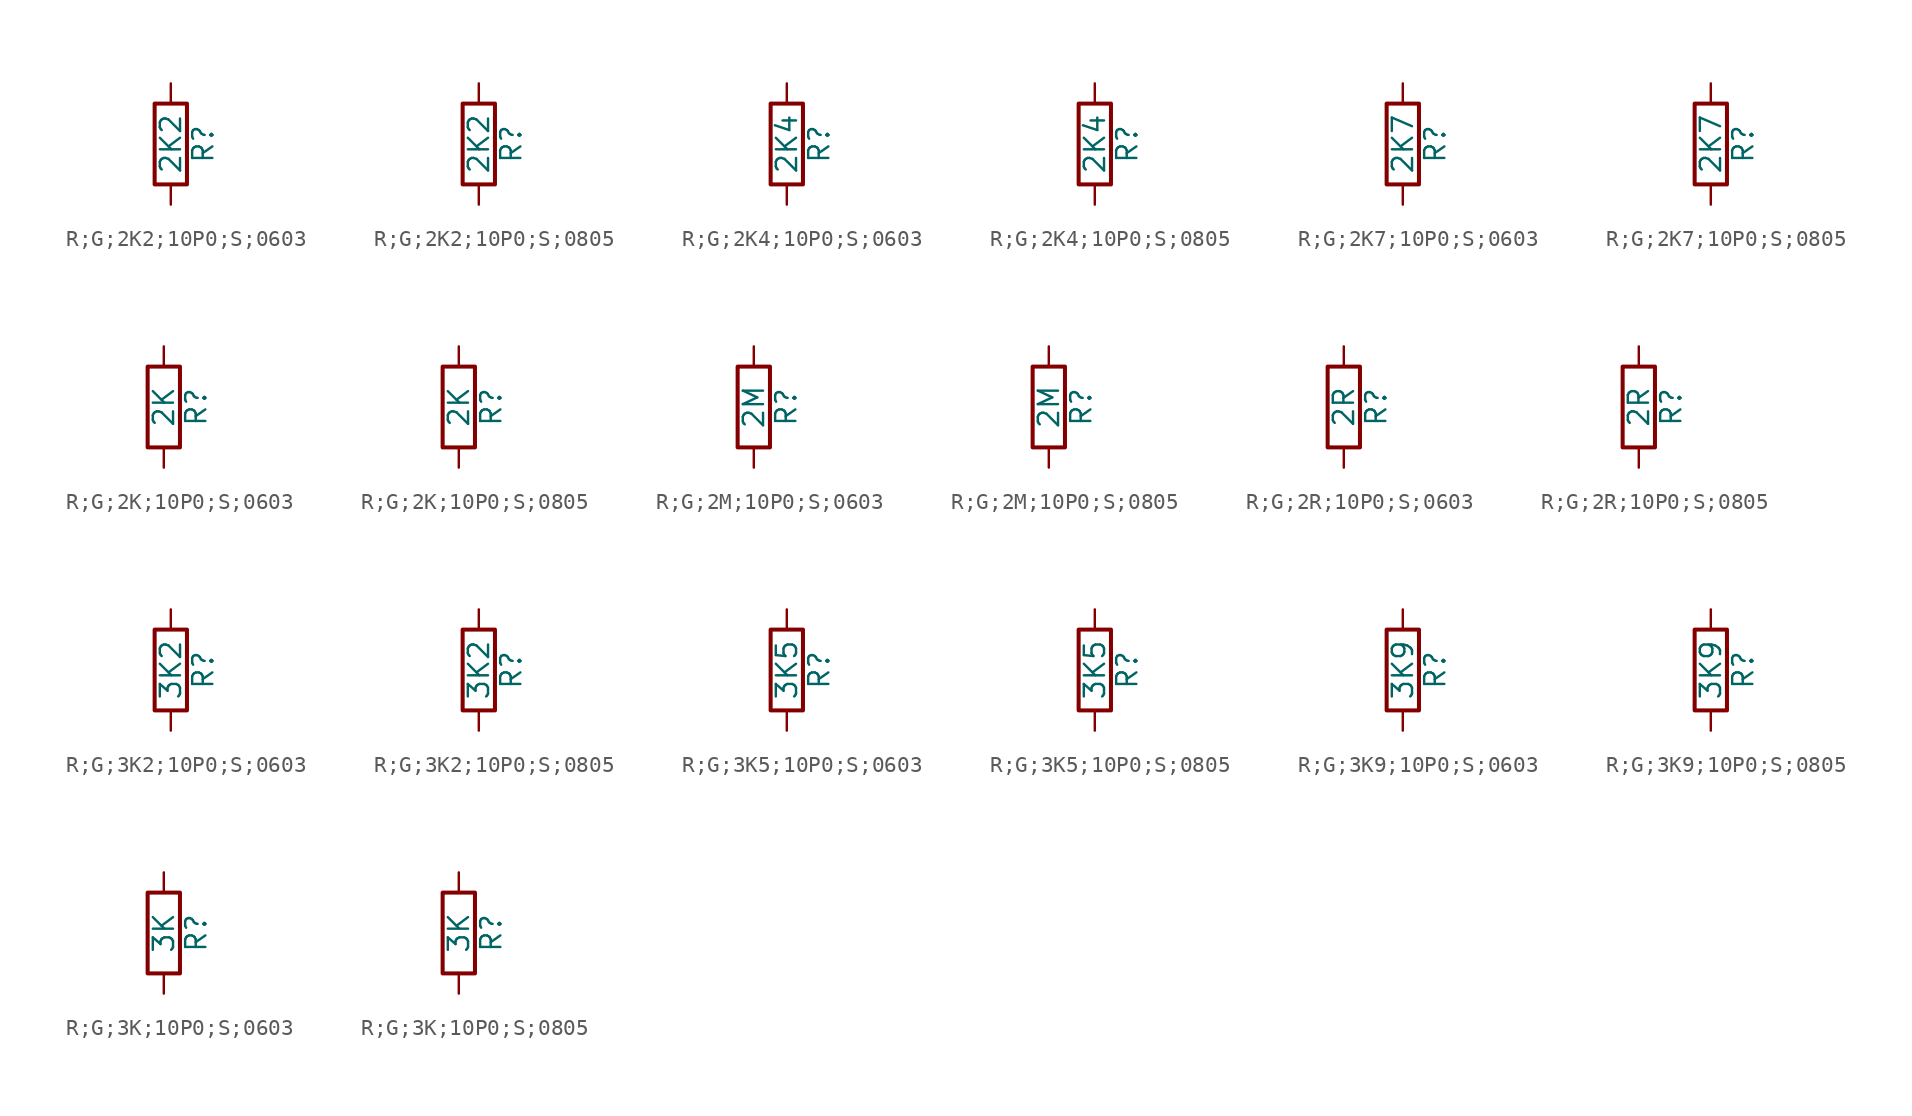
<source format=kicad_sym>
(kicad_symbol_lib
  (version 20231120)
  (generator "kicad_symbol_editor")
  (generator_version "8.0")
  (symbol "R;G;2K2;10P0;S;0603"
    (pin_numbers hide)
    (pin_names
      (offset 0))
    (property "Reference" "R"
      (at 2.032 0 90)
      (effects (font (size 1.27 1.27))))
    (property "Value" "2K2"
      (at 0 0 90)
      (effects (font (size 1.27 1.27))))
    (symbol "R;G;2K2;10P0;S;0603_0_1"
      (rectangle (start -1.016 -2.54) (end 1.016 2.54) (stroke (width 0.254) (type default)) (fill (type none))))
    (symbol "R;G;2K2;10P0;S;0603_1_1"
      (pin passive line (at 0 3.81 270) (length 1.27) (name "~" (effects (font (size 1.27 1.27)))) (number "1" (effects (font (size 1.27 1.27)))))
      (pin passive line (at 0 -3.81 90) (length 1.27) (name "~" (effects (font (size 1.27 1.27)))) (number "2" (effects (font (size 1.27 1.27)))))))
  (symbol "R;G;2K2;10P0;S;0805"
    (pin_numbers hide)
    (pin_names
      (offset 0))
    (property "Reference" "R"
      (at 2.032 0 90)
      (effects (font (size 1.27 1.27))))
    (property "Value" "2K2"
      (at 0 0 90)
      (effects (font (size 1.27 1.27))))
    (symbol "R;G;2K2;10P0;S;0805_0_1"
      (rectangle (start -1.016 -2.54) (end 1.016 2.54) (stroke (width 0.254) (type default)) (fill (type none))))
    (symbol "R;G;2K2;10P0;S;0805_1_1"
      (pin passive line (at 0 3.81 270) (length 1.27) (name "~" (effects (font (size 1.27 1.27)))) (number "1" (effects (font (size 1.27 1.27)))))
      (pin passive line (at 0 -3.81 90) (length 1.27) (name "~" (effects (font (size 1.27 1.27)))) (number "2" (effects (font (size 1.27 1.27)))))))
  (symbol "R;G;2K4;10P0;S;0603"
    (pin_numbers hide)
    (pin_names
      (offset 0))
    (property "Reference" "R"
      (at 2.032 0 90)
      (effects (font (size 1.27 1.27))))
    (property "Value" "2K4"
      (at 0 0 90)
      (effects (font (size 1.27 1.27))))
    (symbol "R;G;2K4;10P0;S;0603_0_1"
      (rectangle (start -1.016 -2.54) (end 1.016 2.54) (stroke (width 0.254) (type default)) (fill (type none))))
    (symbol "R;G;2K4;10P0;S;0603_1_1"
      (pin passive line (at 0 3.81 270) (length 1.27) (name "~" (effects (font (size 1.27 1.27)))) (number "1" (effects (font (size 1.27 1.27)))))
      (pin passive line (at 0 -3.81 90) (length 1.27) (name "~" (effects (font (size 1.27 1.27)))) (number "2" (effects (font (size 1.27 1.27)))))))
  (symbol "R;G;2K4;10P0;S;0805"
    (pin_numbers hide)
    (pin_names
      (offset 0))
    (property "Reference" "R"
      (at 2.032 0 90)
      (effects (font (size 1.27 1.27))))
    (property "Value" "2K4"
      (at 0 0 90)
      (effects (font (size 1.27 1.27))))
    (symbol "R;G;2K4;10P0;S;0805_0_1"
      (rectangle (start -1.016 -2.54) (end 1.016 2.54) (stroke (width 0.254) (type default)) (fill (type none))))
    (symbol "R;G;2K4;10P0;S;0805_1_1"
      (pin passive line (at 0 3.81 270) (length 1.27) (name "~" (effects (font (size 1.27 1.27)))) (number "1" (effects (font (size 1.27 1.27)))))
      (pin passive line (at 0 -3.81 90) (length 1.27) (name "~" (effects (font (size 1.27 1.27)))) (number "2" (effects (font (size 1.27 1.27)))))))
  (symbol "R;G;2K7;10P0;S;0603"
    (pin_numbers hide)
    (pin_names
      (offset 0))
    (property "Reference" "R"
      (at 2.032 0 90)
      (effects (font (size 1.27 1.27))))
    (property "Value" "2K7"
      (at 0 0 90)
      (effects (font (size 1.27 1.27))))
    (symbol "R;G;2K7;10P0;S;0603_0_1"
      (rectangle (start -1.016 -2.54) (end 1.016 2.54) (stroke (width 0.254) (type default)) (fill (type none))))
    (symbol "R;G;2K7;10P0;S;0603_1_1"
      (pin passive line (at 0 3.81 270) (length 1.27) (name "~" (effects (font (size 1.27 1.27)))) (number "1" (effects (font (size 1.27 1.27)))))
      (pin passive line (at 0 -3.81 90) (length 1.27) (name "~" (effects (font (size 1.27 1.27)))) (number "2" (effects (font (size 1.27 1.27)))))))
  (symbol "R;G;2K7;10P0;S;0805"
    (pin_numbers hide)
    (pin_names
      (offset 0))
    (property "Reference" "R"
      (at 2.032 0 90)
      (effects (font (size 1.27 1.27))))
    (property "Value" "2K7"
      (at 0 0 90)
      (effects (font (size 1.27 1.27))))
    (symbol "R;G;2K7;10P0;S;0805_0_1"
      (rectangle (start -1.016 -2.54) (end 1.016 2.54) (stroke (width 0.254) (type default)) (fill (type none))))
    (symbol "R;G;2K7;10P0;S;0805_1_1"
      (pin passive line (at 0 3.81 270) (length 1.27) (name "~" (effects (font (size 1.27 1.27)))) (number "1" (effects (font (size 1.27 1.27)))))
      (pin passive line (at 0 -3.81 90) (length 1.27) (name "~" (effects (font (size 1.27 1.27)))) (number "2" (effects (font (size 1.27 1.27)))))))
  (symbol "R;G;2K;10P0;S;0603"
    (pin_numbers hide)
    (pin_names
      (offset 0))
    (property "Reference" "R"
      (at 2.032 0 90)
      (effects (font (size 1.27 1.27))))
    (property "Value" "2K"
      (at 0 0 90)
      (effects (font (size 1.27 1.27))))
    (symbol "R;G;2K;10P0;S;0603_0_1"
      (rectangle (start -1.016 -2.54) (end 1.016 2.54) (stroke (width 0.254) (type default)) (fill (type none))))
    (symbol "R;G;2K;10P0;S;0603_1_1"
      (pin passive line (at 0 3.81 270) (length 1.27) (name "~" (effects (font (size 1.27 1.27)))) (number "1" (effects (font (size 1.27 1.27)))))
      (pin passive line (at 0 -3.81 90) (length 1.27) (name "~" (effects (font (size 1.27 1.27)))) (number "2" (effects (font (size 1.27 1.27)))))))
  (symbol "R;G;2K;10P0;S;0805"
    (pin_numbers hide)
    (pin_names
      (offset 0))
    (property "Reference" "R"
      (at 2.032 0 90)
      (effects (font (size 1.27 1.27))))
    (property "Value" "2K"
      (at 0 0 90)
      (effects (font (size 1.27 1.27))))
    (symbol "R;G;2K;10P0;S;0805_0_1"
      (rectangle (start -1.016 -2.54) (end 1.016 2.54) (stroke (width 0.254) (type default)) (fill (type none))))
    (symbol "R;G;2K;10P0;S;0805_1_1"
      (pin passive line (at 0 3.81 270) (length 1.27) (name "~" (effects (font (size 1.27 1.27)))) (number "1" (effects (font (size 1.27 1.27)))))
      (pin passive line (at 0 -3.81 90) (length 1.27) (name "~" (effects (font (size 1.27 1.27)))) (number "2" (effects (font (size 1.27 1.27)))))))
  (symbol "R;G;2M;10P0;S;0603"
    (pin_numbers hide)
    (pin_names
      (offset 0))
    (property "Reference" "R"
      (at 2.032 0 90)
      (effects (font (size 1.27 1.27))))
    (property "Value" "2M"
      (at 0 0 90)
      (effects (font (size 1.27 1.27))))
    (symbol "R;G;2M;10P0;S;0603_0_1"
      (rectangle (start -1.016 -2.54) (end 1.016 2.54) (stroke (width 0.254) (type default)) (fill (type none))))
    (symbol "R;G;2M;10P0;S;0603_1_1"
      (pin passive line (at 0 3.81 270) (length 1.27) (name "~" (effects (font (size 1.27 1.27)))) (number "1" (effects (font (size 1.27 1.27)))))
      (pin passive line (at 0 -3.81 90) (length 1.27) (name "~" (effects (font (size 1.27 1.27)))) (number "2" (effects (font (size 1.27 1.27)))))))
  (symbol "R;G;2M;10P0;S;0805"
    (pin_numbers hide)
    (pin_names
      (offset 0))
    (property "Reference" "R"
      (at 2.032 0 90)
      (effects (font (size 1.27 1.27))))
    (property "Value" "2M"
      (at 0 0 90)
      (effects (font (size 1.27 1.27))))
    (symbol "R;G;2M;10P0;S;0805_0_1"
      (rectangle (start -1.016 -2.54) (end 1.016 2.54) (stroke (width 0.254) (type default)) (fill (type none))))
    (symbol "R;G;2M;10P0;S;0805_1_1"
      (pin passive line (at 0 3.81 270) (length 1.27) (name "~" (effects (font (size 1.27 1.27)))) (number "1" (effects (font (size 1.27 1.27)))))
      (pin passive line (at 0 -3.81 90) (length 1.27) (name "~" (effects (font (size 1.27 1.27)))) (number "2" (effects (font (size 1.27 1.27)))))))
  (symbol "R;G;2R;10P0;S;0603"
    (pin_numbers hide)
    (pin_names
      (offset 0))
    (property "Reference" "R"
      (at 2.032 0 90)
      (effects (font (size 1.27 1.27))))
    (property "Value" "2R"
      (at 0 0 90)
      (effects (font (size 1.27 1.27))))
    (symbol "R;G;2R;10P0;S;0603_0_1"
      (rectangle (start -1.016 -2.54) (end 1.016 2.54) (stroke (width 0.254) (type default)) (fill (type none))))
    (symbol "R;G;2R;10P0;S;0603_1_1"
      (pin passive line (at 0 3.81 270) (length 1.27) (name "~" (effects (font (size 1.27 1.27)))) (number "1" (effects (font (size 1.27 1.27)))))
      (pin passive line (at 0 -3.81 90) (length 1.27) (name "~" (effects (font (size 1.27 1.27)))) (number "2" (effects (font (size 1.27 1.27)))))))
  (symbol "R;G;2R;10P0;S;0805"
    (pin_numbers hide)
    (pin_names
      (offset 0))
    (property "Reference" "R"
      (at 2.032 0 90)
      (effects (font (size 1.27 1.27))))
    (property "Value" "2R"
      (at 0 0 90)
      (effects (font (size 1.27 1.27))))
    (symbol "R;G;2R;10P0;S;0805_0_1"
      (rectangle (start -1.016 -2.54) (end 1.016 2.54) (stroke (width 0.254) (type default)) (fill (type none))))
    (symbol "R;G;2R;10P0;S;0805_1_1"
      (pin passive line (at 0 3.81 270) (length 1.27) (name "~" (effects (font (size 1.27 1.27)))) (number "1" (effects (font (size 1.27 1.27)))))
      (pin passive line (at 0 -3.81 90) (length 1.27) (name "~" (effects (font (size 1.27 1.27)))) (number "2" (effects (font (size 1.27 1.27)))))))
  (symbol "R;G;3K2;10P0;S;0603"
    (pin_numbers hide)
    (pin_names
      (offset 0))
    (property "Reference" "R"
      (at 2.032 0 90)
      (effects (font (size 1.27 1.27))))
    (property "Value" "3K2"
      (at 0 0 90)
      (effects (font (size 1.27 1.27))))
    (symbol "R;G;3K2;10P0;S;0603_0_1"
      (rectangle (start -1.016 -2.54) (end 1.016 2.54) (stroke (width 0.254) (type default)) (fill (type none))))
    (symbol "R;G;3K2;10P0;S;0603_1_1"
      (pin passive line (at 0 3.81 270) (length 1.27) (name "~" (effects (font (size 1.27 1.27)))) (number "1" (effects (font (size 1.27 1.27)))))
      (pin passive line (at 0 -3.81 90) (length 1.27) (name "~" (effects (font (size 1.27 1.27)))) (number "2" (effects (font (size 1.27 1.27)))))))
  (symbol "R;G;3K2;10P0;S;0805"
    (pin_numbers hide)
    (pin_names
      (offset 0))
    (property "Reference" "R"
      (at 2.032 0 90)
      (effects (font (size 1.27 1.27))))
    (property "Value" "3K2"
      (at 0 0 90)
      (effects (font (size 1.27 1.27))))
    (symbol "R;G;3K2;10P0;S;0805_0_1"
      (rectangle (start -1.016 -2.54) (end 1.016 2.54) (stroke (width 0.254) (type default)) (fill (type none))))
    (symbol "R;G;3K2;10P0;S;0805_1_1"
      (pin passive line (at 0 3.81 270) (length 1.27) (name "~" (effects (font (size 1.27 1.27)))) (number "1" (effects (font (size 1.27 1.27)))))
      (pin passive line (at 0 -3.81 90) (length 1.27) (name "~" (effects (font (size 1.27 1.27)))) (number "2" (effects (font (size 1.27 1.27)))))))
  (symbol "R;G;3K5;10P0;S;0603"
    (pin_numbers hide)
    (pin_names
      (offset 0))
    (property "Reference" "R"
      (at 2.032 0 90)
      (effects (font (size 1.27 1.27))))
    (property "Value" "3K5"
      (at 0 0 90)
      (effects (font (size 1.27 1.27))))
    (symbol "R;G;3K5;10P0;S;0603_0_1"
      (rectangle (start -1.016 -2.54) (end 1.016 2.54) (stroke (width 0.254) (type default)) (fill (type none))))
    (symbol "R;G;3K5;10P0;S;0603_1_1"
      (pin passive line (at 0 3.81 270) (length 1.27) (name "~" (effects (font (size 1.27 1.27)))) (number "1" (effects (font (size 1.27 1.27)))))
      (pin passive line (at 0 -3.81 90) (length 1.27) (name "~" (effects (font (size 1.27 1.27)))) (number "2" (effects (font (size 1.27 1.27)))))))
  (symbol "R;G;3K5;10P0;S;0805"
    (pin_numbers hide)
    (pin_names
      (offset 0))
    (property "Reference" "R"
      (at 2.032 0 90)
      (effects (font (size 1.27 1.27))))
    (property "Value" "3K5"
      (at 0 0 90)
      (effects (font (size 1.27 1.27))))
    (symbol "R;G;3K5;10P0;S;0805_0_1"
      (rectangle (start -1.016 -2.54) (end 1.016 2.54) (stroke (width 0.254) (type default)) (fill (type none))))
    (symbol "R;G;3K5;10P0;S;0805_1_1"
      (pin passive line (at 0 3.81 270) (length 1.27) (name "~" (effects (font (size 1.27 1.27)))) (number "1" (effects (font (size 1.27 1.27)))))
      (pin passive line (at 0 -3.81 90) (length 1.27) (name "~" (effects (font (size 1.27 1.27)))) (number "2" (effects (font (size 1.27 1.27)))))))
  (symbol "R;G;3K9;10P0;S;0603"
    (pin_numbers hide)
    (pin_names
      (offset 0))
    (property "Reference" "R"
      (at 2.032 0 90)
      (effects (font (size 1.27 1.27))))
    (property "Value" "3K9"
      (at 0 0 90)
      (effects (font (size 1.27 1.27))))
    (symbol "R;G;3K9;10P0;S;0603_0_1"
      (rectangle (start -1.016 -2.54) (end 1.016 2.54) (stroke (width 0.254) (type default)) (fill (type none))))
    (symbol "R;G;3K9;10P0;S;0603_1_1"
      (pin passive line (at 0 3.81 270) (length 1.27) (name "~" (effects (font (size 1.27 1.27)))) (number "1" (effects (font (size 1.27 1.27)))))
      (pin passive line (at 0 -3.81 90) (length 1.27) (name "~" (effects (font (size 1.27 1.27)))) (number "2" (effects (font (size 1.27 1.27)))))))
  (symbol "R;G;3K9;10P0;S;0805"
    (pin_numbers hide)
    (pin_names
      (offset 0))
    (property "Reference" "R"
      (at 2.032 0 90)
      (effects (font (size 1.27 1.27))))
    (property "Value" "3K9"
      (at 0 0 90)
      (effects (font (size 1.27 1.27))))
    (symbol "R;G;3K9;10P0;S;0805_0_1"
      (rectangle (start -1.016 -2.54) (end 1.016 2.54) (stroke (width 0.254) (type default)) (fill (type none))))
    (symbol "R;G;3K9;10P0;S;0805_1_1"
      (pin passive line (at 0 3.81 270) (length 1.27) (name "~" (effects (font (size 1.27 1.27)))) (number "1" (effects (font (size 1.27 1.27)))))
      (pin passive line (at 0 -3.81 90) (length 1.27) (name "~" (effects (font (size 1.27 1.27)))) (number "2" (effects (font (size 1.27 1.27)))))))
  (symbol "R;G;3K;10P0;S;0603"
    (pin_numbers hide)
    (pin_names
      (offset 0))
    (property "Reference" "R"
      (at 2.032 0 90)
      (effects (font (size 1.27 1.27))))
    (property "Value" "3K"
      (at 0 0 90)
      (effects (font (size 1.27 1.27))))
    (symbol "R;G;3K;10P0;S;0603_0_1"
      (rectangle (start -1.016 -2.54) (end 1.016 2.54) (stroke (width 0.254) (type default)) (fill (type none))))
    (symbol "R;G;3K;10P0;S;0603_1_1"
      (pin passive line (at 0 3.81 270) (length 1.27) (name "~" (effects (font (size 1.27 1.27)))) (number "1" (effects (font (size 1.27 1.27)))))
      (pin passive line (at 0 -3.81 90) (length 1.27) (name "~" (effects (font (size 1.27 1.27)))) (number "2" (effects (font (size 1.27 1.27)))))))
  (symbol "R;G;3K;10P0;S;0805"
    (pin_numbers hide)
    (pin_names
      (offset 0))
    (property "Reference" "R"
      (at 2.032 0 90)
      (effects (font (size 1.27 1.27))))
    (property "Value" "3K"
      (at 0 0 90)
      (effects (font (size 1.27 1.27))))
    (symbol "R;G;3K;10P0;S;0805_0_1"
      (rectangle (start -1.016 -2.54) (end 1.016 2.54) (stroke (width 0.254) (type default)) (fill (type none))))
    (symbol "R;G;3K;10P0;S;0805_1_1"
      (pin passive line (at 0 3.81 270) (length 1.27) (name "~" (effects (font (size 1.27 1.27)))) (number "1" (effects (font (size 1.27 1.27)))))
      (pin passive line (at 0 -3.81 90) (length 1.27) (name "~" (effects (font (size 1.27 1.27)))) (number "2" (effects (font (size 1.27 1.27))))))))
</source>
